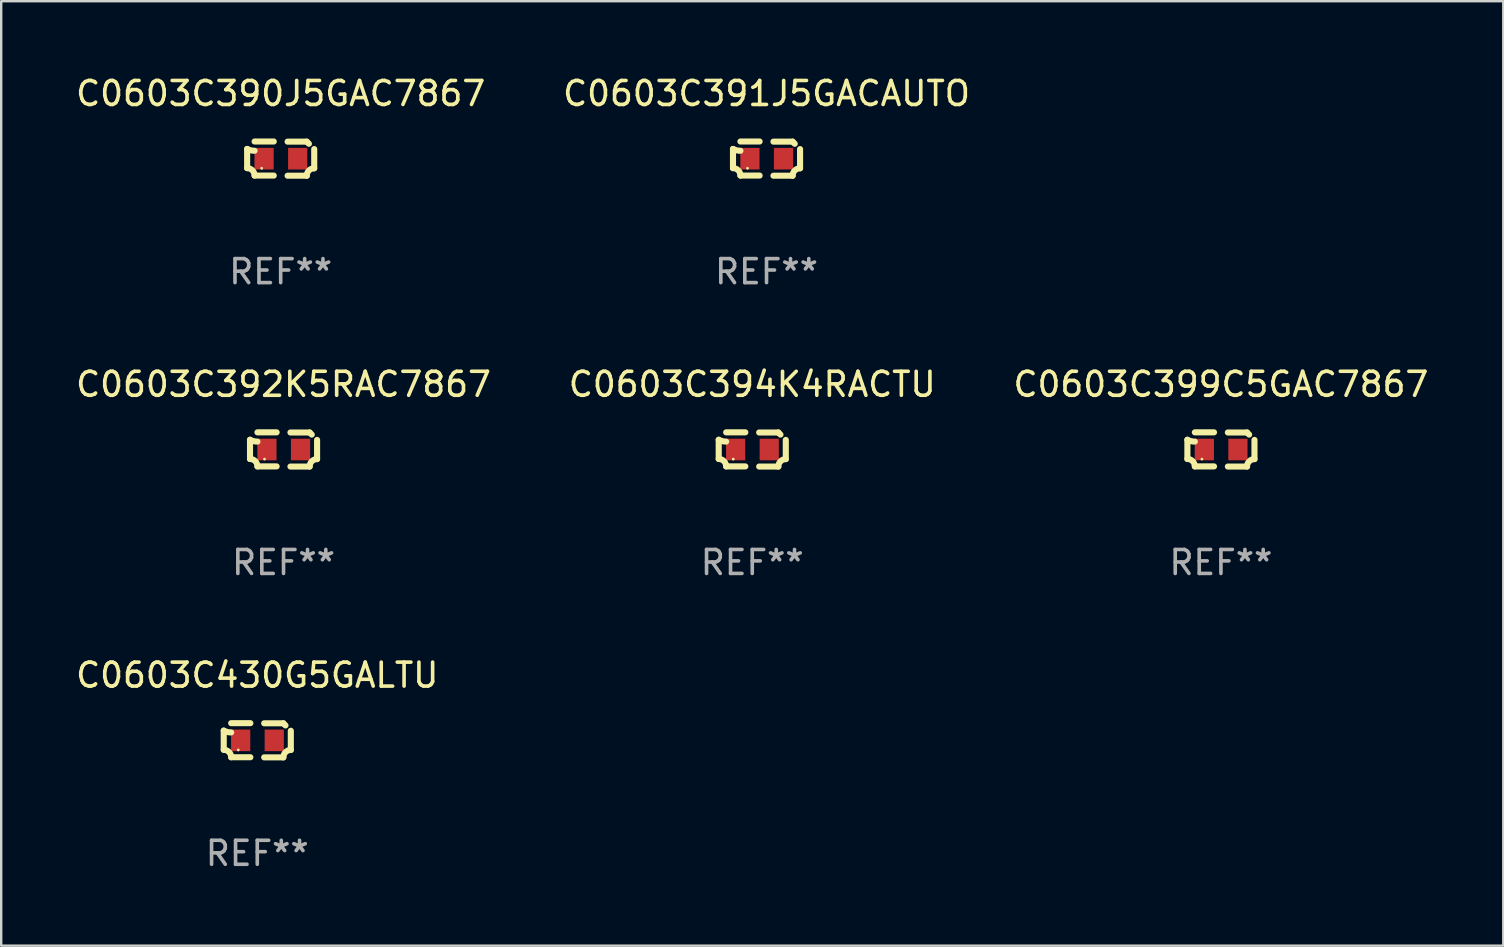
<source format=kicad_pcb>
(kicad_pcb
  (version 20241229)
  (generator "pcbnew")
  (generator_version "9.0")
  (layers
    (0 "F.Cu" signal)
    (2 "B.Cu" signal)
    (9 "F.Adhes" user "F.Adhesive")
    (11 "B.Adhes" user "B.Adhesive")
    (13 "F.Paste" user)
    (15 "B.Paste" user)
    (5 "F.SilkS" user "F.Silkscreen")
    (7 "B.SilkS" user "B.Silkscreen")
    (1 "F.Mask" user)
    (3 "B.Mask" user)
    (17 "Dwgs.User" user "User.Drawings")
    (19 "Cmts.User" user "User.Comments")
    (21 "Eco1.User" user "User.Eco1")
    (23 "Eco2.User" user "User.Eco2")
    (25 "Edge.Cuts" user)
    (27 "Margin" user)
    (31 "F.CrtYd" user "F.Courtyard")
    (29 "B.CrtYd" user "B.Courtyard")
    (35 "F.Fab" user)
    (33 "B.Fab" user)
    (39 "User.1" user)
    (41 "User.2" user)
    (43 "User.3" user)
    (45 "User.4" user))
  (footprint "C0603C430G5GALTU"
    (layer "F.Cu")
    (at 7.673 27.805)
    (property "Reference" "C0603C430G5GALTU" (at 0 -2.713 0) (layer "F.SilkS") (effects (font (size 1 1) (thickness 0.15))))
    (attr through_hole)
    (fp_line (start -1.398 -0.403) (end -1.398 0.397) (stroke (width 0.254) (type solid)) (layer "F.SilkS"))
    (fp_line (start -0.288 -0.713) (end -1.088 -0.713) (stroke (width 0.254) (type solid)) (layer "F.SilkS"))
    (fp_line (start -0.288 0.707) (end -1.088 0.707) (stroke (width 0.254) (type solid)) (layer "F.SilkS"))
    (fp_line (start 0.288 -0.707) (end 1.088 -0.707) (stroke (width 0.254) (type solid)) (layer "F.SilkS"))
    (fp_line (start 0.288 0.713) (end 1.088 0.713) (stroke (width 0.254) (type solid)) (layer "F.SilkS"))
    (fp_line (start 1.398 -0.397) (end 1.398 0.403) (stroke (width 0.254) (type solid)) (layer "F.SilkS"))
    (fp_arc (start -1.397789 0.397066) (mid -1.178701 0.487826) (end -1.08796 0.706922) (stroke (width 0.254001) (type solid)) (layer "F.SilkS"))
    (fp_arc (start -1.08796 -0.327176) (mid -1.247436 -0.346384) (end -1.39779 -0.402908) (stroke (width 0.254001) (type solid)) (layer "F.SilkS"))
    (fp_arc (start 1.087909 0.712738) (mid 1.178656 0.493655) (end 1.397739 0.402908) (stroke (width 0.254001) (type solid)) (layer "F.SilkS"))
    (fp_arc (start 1.175925 -0.618926) (mid 1.131917 -0.662923) (end 1.08791 -0.706922) (stroke (width 0.254001) (type solid)) (layer "F.SilkS"))
    (fp_circle (center -0.792 0.403) (end -0.762 0.403) (stroke (width 0.06) (type solid)) (fill no) (layer "F.SilkS"))
    (fp_text user "REF**" (at 0 4.713 0) (layer "F.Fab") (effects (font (size 1 1) (thickness 0.15))))
    (pad "1" smd rect (at -0.692 0.003) (size 0.8 0.9) (layers "F.Cu" "F.Mask" "F.Paste"))
    (pad "2" smd rect (at 0.708 0.003) (size 0.8 0.9) (layers "F.Cu" "F.Mask" "F.Paste")))
  (footprint "C0603C399C5GAC7867"
    (layer "F.Cu")
    (at 47.839 15.683)
    (property "Reference" "C0603C399C5GAC7867" (at 0 -2.713 0) (layer "F.SilkS") (effects (font (size 1 1) (thickness 0.15))))
    (attr through_hole)
    (fp_line (start -1.398 -0.403) (end -1.398 0.397) (stroke (width 0.254) (type solid)) (layer "F.SilkS"))
    (fp_line (start -0.288 -0.713) (end -1.088 -0.713) (stroke (width 0.254) (type solid)) (layer "F.SilkS"))
    (fp_line (start -0.288 0.707) (end -1.088 0.707) (stroke (width 0.254) (type solid)) (layer "F.SilkS"))
    (fp_line (start 0.288 -0.707) (end 1.088 -0.707) (stroke (width 0.254) (type solid)) (layer "F.SilkS"))
    (fp_line (start 0.288 0.713) (end 1.088 0.713) (stroke (width 0.254) (type solid)) (layer "F.SilkS"))
    (fp_line (start 1.398 -0.397) (end 1.398 0.403) (stroke (width 0.254) (type solid)) (layer "F.SilkS"))
    (fp_arc (start -1.397789 0.397066) (mid -1.178701 0.487826) (end -1.08796 0.706922) (stroke (width 0.254001) (type solid)) (layer "F.SilkS"))
    (fp_arc (start -1.08796 -0.327176) (mid -1.247436 -0.346384) (end -1.39779 -0.402908) (stroke (width 0.254001) (type solid)) (layer "F.SilkS"))
    (fp_arc (start 1.087909 0.712738) (mid 1.178656 0.493655) (end 1.397739 0.402908) (stroke (width 0.254001) (type solid)) (layer "F.SilkS"))
    (fp_arc (start 1.175925 -0.618926) (mid 1.131917 -0.662923) (end 1.08791 -0.706922) (stroke (width 0.254001) (type solid)) (layer "F.SilkS"))
    (fp_circle (center -0.792 0.403) (end -0.762 0.403) (stroke (width 0.06) (type solid)) (fill no) (layer "F.SilkS"))
    (fp_text user "REF**" (at 0 4.713 0) (layer "F.Fab") (effects (font (size 1 1) (thickness 0.15))))
    (pad "1" smd rect (at -0.692 0.003) (size 0.8 0.9) (layers "F.Cu" "F.Mask" "F.Paste"))
    (pad "2" smd rect (at 0.708 0.003) (size 0.8 0.9) (layers "F.Cu" "F.Mask" "F.Paste")))
  (footprint "C0603C392K5RAC7867"
    (layer "F.Cu")
    (at 8.768 15.683)
    (property "Reference" "C0603C392K5RAC7867" (at 0 -2.713 0) (layer "F.SilkS") (effects (font (size 1 1) (thickness 0.15))))
    (attr through_hole)
    (fp_line (start -1.398 -0.403) (end -1.398 0.397) (stroke (width 0.254) (type solid)) (layer "F.SilkS"))
    (fp_line (start -0.288 -0.713) (end -1.088 -0.713) (stroke (width 0.254) (type solid)) (layer "F.SilkS"))
    (fp_line (start -0.288 0.707) (end -1.088 0.707) (stroke (width 0.254) (type solid)) (layer "F.SilkS"))
    (fp_line (start 0.288 -0.707) (end 1.088 -0.707) (stroke (width 0.254) (type solid)) (layer "F.SilkS"))
    (fp_line (start 0.288 0.713) (end 1.088 0.713) (stroke (width 0.254) (type solid)) (layer "F.SilkS"))
    (fp_line (start 1.398 -0.397) (end 1.398 0.403) (stroke (width 0.254) (type solid)) (layer "F.SilkS"))
    (fp_arc (start -1.397789 0.397066) (mid -1.178701 0.487826) (end -1.08796 0.706922) (stroke (width 0.254001) (type solid)) (layer "F.SilkS"))
    (fp_arc (start -1.08796 -0.327176) (mid -1.247436 -0.346384) (end -1.39779 -0.402908) (stroke (width 0.254001) (type solid)) (layer "F.SilkS"))
    (fp_arc (start 1.087909 0.712738) (mid 1.178656 0.493655) (end 1.397739 0.402908) (stroke (width 0.254001) (type solid)) (layer "F.SilkS"))
    (fp_arc (start 1.175925 -0.618926) (mid 1.131917 -0.662923) (end 1.08791 -0.706922) (stroke (width 0.254001) (type solid)) (layer "F.SilkS"))
    (fp_circle (center -0.792 0.403) (end -0.762 0.403) (stroke (width 0.06) (type solid)) (fill no) (layer "F.SilkS"))
    (fp_text user "REF**" (at 0 4.713 0) (layer "F.Fab") (effects (font (size 1 1) (thickness 0.15))))
    (pad "1" smd rect (at -0.692 0.003) (size 0.8 0.9) (layers "F.Cu" "F.Mask" "F.Paste"))
    (pad "2" smd rect (at 0.708 0.003) (size 0.8 0.9) (layers "F.Cu" "F.Mask" "F.Paste")))
  (footprint "C0603C390J5GAC7867"
    (layer "F.Cu")
    (at 8.649 3.561)
    (property "Reference" "C0603C390J5GAC7867" (at 0 -2.713 0) (layer "F.SilkS") (effects (font (size 1 1) (thickness 0.15))))
    (attr through_hole)
    (fp_line (start -1.398 -0.403) (end -1.398 0.397) (stroke (width 0.254) (type solid)) (layer "F.SilkS"))
    (fp_line (start -0.288 -0.713) (end -1.088 -0.713) (stroke (width 0.254) (type solid)) (layer "F.SilkS"))
    (fp_line (start -0.288 0.707) (end -1.088 0.707) (stroke (width 0.254) (type solid)) (layer "F.SilkS"))
    (fp_line (start 0.288 -0.707) (end 1.088 -0.707) (stroke (width 0.254) (type solid)) (layer "F.SilkS"))
    (fp_line (start 0.288 0.713) (end 1.088 0.713) (stroke (width 0.254) (type solid)) (layer "F.SilkS"))
    (fp_line (start 1.398 -0.397) (end 1.398 0.403) (stroke (width 0.254) (type solid)) (layer "F.SilkS"))
    (fp_arc (start -1.397789 0.397066) (mid -1.178701 0.487826) (end -1.08796 0.706922) (stroke (width 0.254001) (type solid)) (layer "F.SilkS"))
    (fp_arc (start -1.08796 -0.327176) (mid -1.247436 -0.346384) (end -1.39779 -0.402908) (stroke (width 0.254001) (type solid)) (layer "F.SilkS"))
    (fp_arc (start 1.087909 0.712738) (mid 1.178656 0.493655) (end 1.397739 0.402908) (stroke (width 0.254001) (type solid)) (layer "F.SilkS"))
    (fp_arc (start 1.175925 -0.618926) (mid 1.131917 -0.662923) (end 1.08791 -0.706922) (stroke (width 0.254001) (type solid)) (layer "F.SilkS"))
    (fp_circle (center -0.792 0.403) (end -0.762 0.403) (stroke (width 0.06) (type solid)) (fill no) (layer "F.SilkS"))
    (fp_text user "REF**" (at 0 4.713 0) (layer "F.Fab") (effects (font (size 1 1) (thickness 0.15))))
    (pad "1" smd rect (at -0.692 0.003) (size 0.8 0.9) (layers "F.Cu" "F.Mask" "F.Paste"))
    (pad "2" smd rect (at 0.708 0.003) (size 0.8 0.9) (layers "F.Cu" "F.Mask" "F.Paste")))
  (footprint "C0603C394K4RACTU"
    (layer "F.Cu")
    (at 28.304 15.683)
    (property "Reference" "C0603C394K4RACTU" (at 0 -2.713 0) (layer "F.SilkS") (effects (font (size 1 1) (thickness 0.15))))
    (attr through_hole)
    (fp_line (start -1.398 -0.403) (end -1.398 0.397) (stroke (width 0.254) (type solid)) (layer "F.SilkS"))
    (fp_line (start -0.288 -0.713) (end -1.088 -0.713) (stroke (width 0.254) (type solid)) (layer "F.SilkS"))
    (fp_line (start -0.288 0.707) (end -1.088 0.707) (stroke (width 0.254) (type solid)) (layer "F.SilkS"))
    (fp_line (start 0.288 -0.707) (end 1.088 -0.707) (stroke (width 0.254) (type solid)) (layer "F.SilkS"))
    (fp_line (start 0.288 0.713) (end 1.088 0.713) (stroke (width 0.254) (type solid)) (layer "F.SilkS"))
    (fp_line (start 1.398 -0.397) (end 1.398 0.403) (stroke (width 0.254) (type solid)) (layer "F.SilkS"))
    (fp_arc (start -1.397789 0.397066) (mid -1.178701 0.487826) (end -1.08796 0.706922) (stroke (width 0.254001) (type solid)) (layer "F.SilkS"))
    (fp_arc (start -1.08796 -0.327176) (mid -1.247436 -0.346384) (end -1.39779 -0.402908) (stroke (width 0.254001) (type solid)) (layer "F.SilkS"))
    (fp_arc (start 1.087909 0.712738) (mid 1.178656 0.493655) (end 1.397739 0.402908) (stroke (width 0.254001) (type solid)) (layer "F.SilkS"))
    (fp_arc (start 1.175925 -0.618926) (mid 1.131917 -0.662923) (end 1.08791 -0.706922) (stroke (width 0.254001) (type solid)) (layer "F.SilkS"))
    (fp_circle (center -0.792 0.403) (end -0.762 0.403) (stroke (width 0.06) (type solid)) (fill no) (layer "F.SilkS"))
    (fp_text user "REF**" (at 0 4.713 0) (layer "F.Fab") (effects (font (size 1 1) (thickness 0.15))))
    (pad "1" smd rect (at -0.692 0.003) (size 0.8 0.9) (layers "F.Cu" "F.Mask" "F.Paste"))
    (pad "2" smd rect (at 0.708 0.003) (size 0.8 0.9) (layers "F.Cu" "F.Mask" "F.Paste")))
  (footprint "C0603C391J5GACAUTO"
    (layer "F.Cu")
    (at 28.899 3.561)
    (property "Reference" "C0603C391J5GACAUTO" (at 0 -2.713 0) (layer "F.SilkS") (effects (font (size 1 1) (thickness 0.15))))
    (attr through_hole)
    (fp_line (start -1.398 -0.403) (end -1.398 0.397) (stroke (width 0.254) (type solid)) (layer "F.SilkS"))
    (fp_line (start -0.288 -0.713) (end -1.088 -0.713) (stroke (width 0.254) (type solid)) (layer "F.SilkS"))
    (fp_line (start -0.288 0.707) (end -1.088 0.707) (stroke (width 0.254) (type solid)) (layer "F.SilkS"))
    (fp_line (start 0.288 -0.707) (end 1.088 -0.707) (stroke (width 0.254) (type solid)) (layer "F.SilkS"))
    (fp_line (start 0.288 0.713) (end 1.088 0.713) (stroke (width 0.254) (type solid)) (layer "F.SilkS"))
    (fp_line (start 1.398 -0.397) (end 1.398 0.403) (stroke (width 0.254) (type solid)) (layer "F.SilkS"))
    (fp_arc (start -1.397789 0.397066) (mid -1.178701 0.487826) (end -1.08796 0.706922) (stroke (width 0.254001) (type solid)) (layer "F.SilkS"))
    (fp_arc (start -1.08796 -0.327176) (mid -1.247436 -0.346384) (end -1.39779 -0.402908) (stroke (width 0.254001) (type solid)) (layer "F.SilkS"))
    (fp_arc (start 1.087909 0.712738) (mid 1.178656 0.493655) (end 1.397739 0.402908) (stroke (width 0.254001) (type solid)) (layer "F.SilkS"))
    (fp_arc (start 1.175925 -0.618926) (mid 1.131917 -0.662923) (end 1.08791 -0.706922) (stroke (width 0.254001) (type solid)) (layer "F.SilkS"))
    (fp_circle (center -0.792 0.403) (end -0.762 0.403) (stroke (width 0.06) (type solid)) (fill no) (layer "F.SilkS"))
    (fp_text user "REF**" (at 0 4.713 0) (layer "F.Fab") (effects (font (size 1 1) (thickness 0.15))))
    (pad "1" smd rect (at -0.692 0.003) (size 0.8 0.9) (layers "F.Cu" "F.Mask" "F.Paste"))
    (pad "2" smd rect (at 0.708 0.003) (size 0.8 0.9) (layers "F.Cu" "F.Mask" "F.Paste")))
  (gr_rect
    (start -3 -3)
    (end 59.607 36.366)
    (stroke (width 0.1) (type default))
    (fill no)
    (layer "Edge.Cuts")))
</source>
